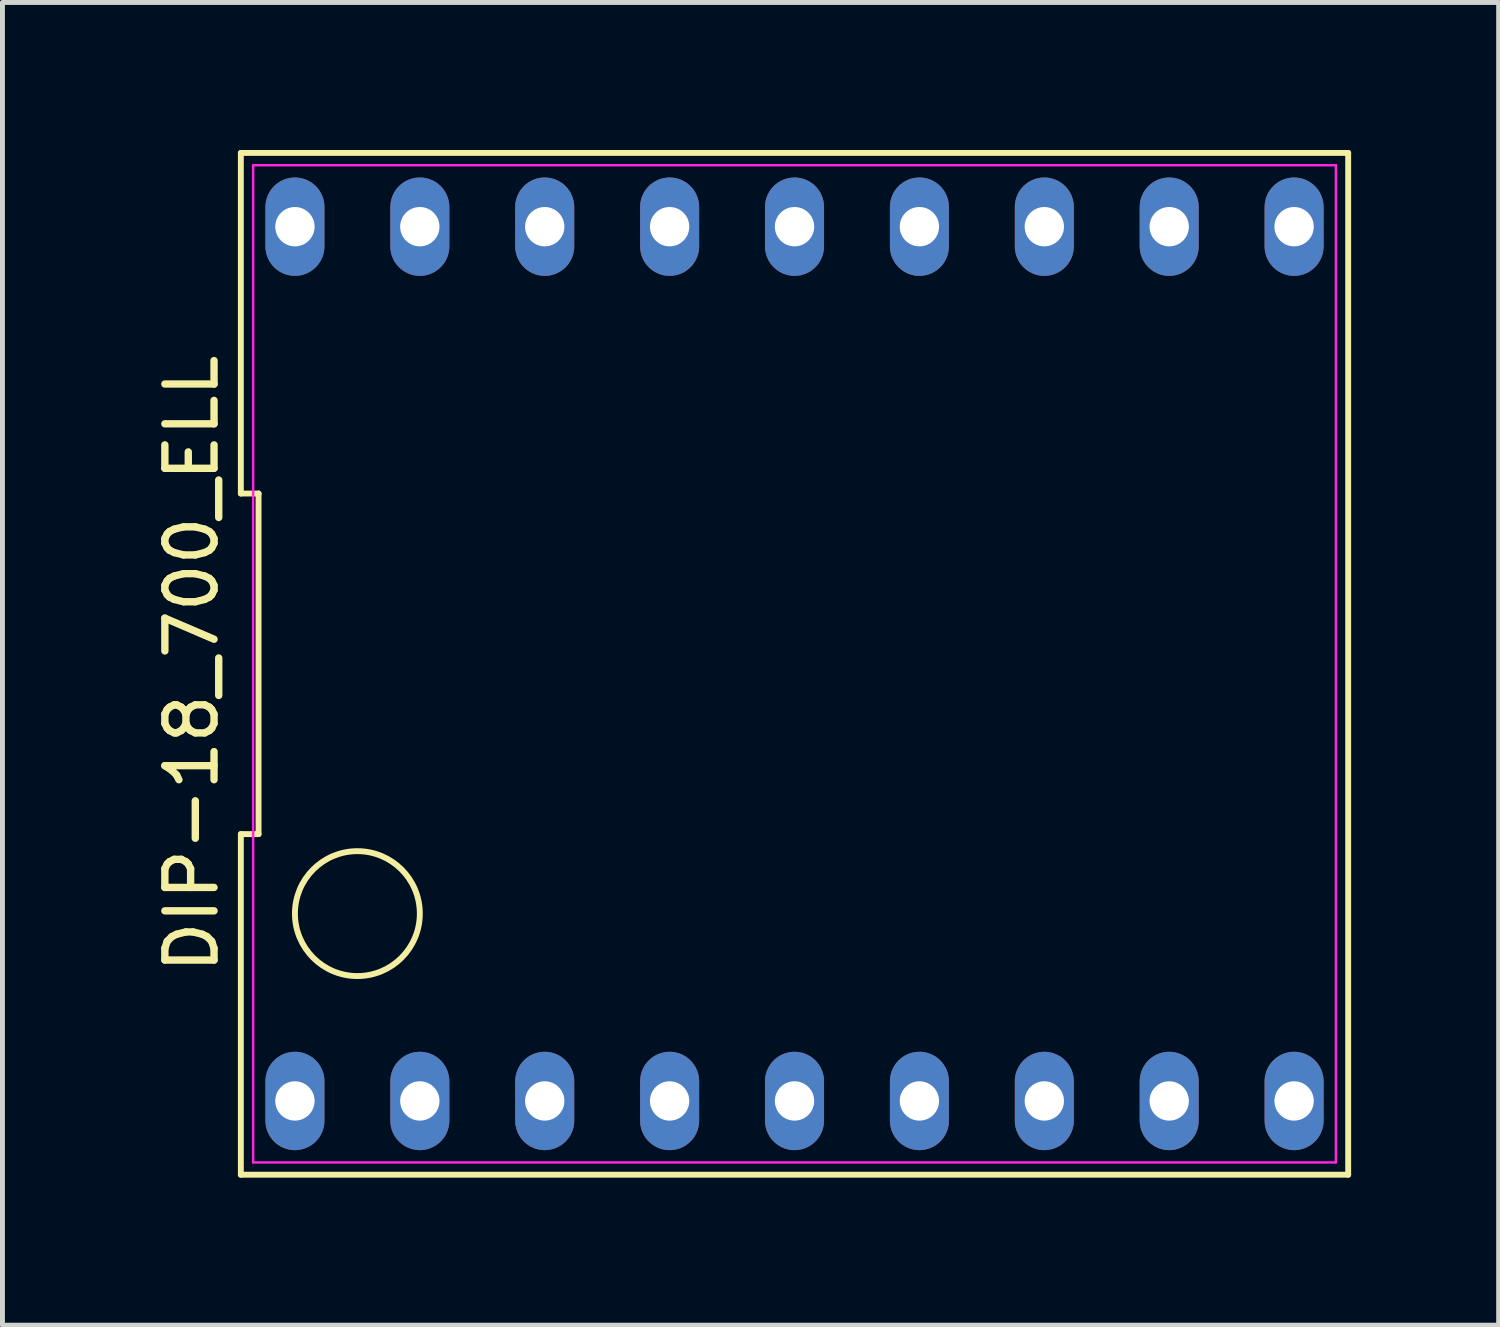
<source format=kicad_pcb>
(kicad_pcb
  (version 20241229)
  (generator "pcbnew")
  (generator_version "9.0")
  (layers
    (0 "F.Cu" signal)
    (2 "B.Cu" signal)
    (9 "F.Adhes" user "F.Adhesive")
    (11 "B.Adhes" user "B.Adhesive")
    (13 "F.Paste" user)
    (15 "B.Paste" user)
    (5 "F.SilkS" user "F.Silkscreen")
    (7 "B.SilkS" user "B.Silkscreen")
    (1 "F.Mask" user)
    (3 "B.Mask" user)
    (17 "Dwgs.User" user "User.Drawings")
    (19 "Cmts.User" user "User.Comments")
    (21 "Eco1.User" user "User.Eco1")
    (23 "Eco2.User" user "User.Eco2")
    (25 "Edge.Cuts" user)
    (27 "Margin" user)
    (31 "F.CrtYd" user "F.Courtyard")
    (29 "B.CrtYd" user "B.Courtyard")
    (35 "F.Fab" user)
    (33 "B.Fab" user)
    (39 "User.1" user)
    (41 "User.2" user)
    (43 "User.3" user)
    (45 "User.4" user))
  (footprint "DIP-18_700_ELL"
    (layer "F.Cu")
    (at 13.108 10.45)
    (property "Reference" "DIP-18_700_ELL" (at -12.26 0 90) (layer "F.SilkS") (effects (font (size 1 1) (thickness 0.15))))
    (attr through_hole)
    (fp_line (start -11.26 -10.39) (end -11.26 -3.463) (stroke (width 0.12) (type solid)) (layer "F.SilkS"))
    (fp_line (start -11.26 -3.463) (end -10.9 -3.463) (stroke (width 0.12) (type solid)) (layer "F.SilkS"))
    (fp_line (start -11.26 3.463) (end -11.26 10.39) (stroke (width 0.12) (type solid)) (layer "F.SilkS"))
    (fp_line (start -11.26 10.39) (end 11.26 10.39) (stroke (width 0.12) (type solid)) (layer "F.SilkS"))
    (fp_line (start -10.9 -3.463) (end -10.9 3.463) (stroke (width 0.12) (type solid)) (layer "F.SilkS"))
    (fp_line (start -10.9 3.463) (end -11.26 3.463) (stroke (width 0.12) (type solid)) (layer "F.SilkS"))
    (fp_line (start 11.26 -10.39) (end -11.26 -10.39) (stroke (width 0.12) (type solid)) (layer "F.SilkS"))
    (fp_line (start 11.26 10.39) (end 11.26 -10.39) (stroke (width 0.12) (type solid)) (layer "F.SilkS"))
    (fp_circle (center -8.89 5.08) (end -8.89 3.81) (stroke (width 0.12) (type solid)) (fill no) (layer "F.SilkS"))
    (fp_line (start -11.01 -10.14) (end 11.01 -10.14) (stroke (width 0.05) (type solid)) (layer "F.CrtYd"))
    (fp_line (start -11.01 10.14) (end -11.01 -10.14) (stroke (width 0.05) (type solid)) (layer "F.CrtYd"))
    (fp_line (start 11.01 -10.14) (end 11.01 10.14) (stroke (width 0.05) (type solid)) (layer "F.CrtYd"))
    (fp_line (start 11.01 10.14) (end -11.01 10.14) (stroke (width 0.05) (type solid)) (layer "F.CrtYd"))
    (pad "1" thru_hole oval (at -10.16 8.89) (size 1.2 2) (drill 0.8) (layers "*.Cu" "*.Mask"))
    (pad "2" thru_hole oval (at -7.62 8.89) (size 1.2 2) (drill 0.8) (layers "*.Cu" "*.Mask"))
    (pad "3" thru_hole oval (at -5.08 8.89) (size 1.2 2) (drill 0.8) (layers "*.Cu" "*.Mask"))
    (pad "4" thru_hole oval (at -2.54 8.89) (size 1.2 2) (drill 0.8) (layers "*.Cu" "*.Mask"))
    (pad "5" thru_hole oval (at 0 8.89) (size 1.2 2) (drill 0.8) (layers "*.Cu" "*.Mask"))
    (pad "6" thru_hole oval (at 2.54 8.89) (size 1.2 2) (drill 0.8) (layers "*.Cu" "*.Mask"))
    (pad "7" thru_hole oval (at 5.08 8.89) (size 1.2 2) (drill 0.8) (layers "*.Cu" "*.Mask"))
    (pad "8" thru_hole oval (at 7.62 8.89) (size 1.2 2) (drill 0.8) (layers "*.Cu" "*.Mask"))
    (pad "9" thru_hole oval (at 10.16 8.89) (size 1.2 2) (drill 0.8) (layers "*.Cu" "*.Mask"))
    (pad "10" thru_hole oval (at 10.16 -8.89) (size 1.2 2) (drill 0.8) (layers "*.Cu" "*.Mask"))
    (pad "11" thru_hole oval (at 7.62 -8.89) (size 1.2 2) (drill 0.8) (layers "*.Cu" "*.Mask"))
    (pad "12" thru_hole oval (at 5.08 -8.89) (size 1.2 2) (drill 0.8) (layers "*.Cu" "*.Mask"))
    (pad "13" thru_hole oval (at 2.54 -8.89) (size 1.2 2) (drill 0.8) (layers "*.Cu" "*.Mask"))
    (pad "14" thru_hole oval (at 0 -8.89) (size 1.2 2) (drill 0.8) (layers "*.Cu" "*.Mask"))
    (pad "15" thru_hole oval (at -2.54 -8.89) (size 1.2 2) (drill 0.8) (layers "*.Cu" "*.Mask"))
    (pad "16" thru_hole oval (at -5.08 -8.89) (size 1.2 2) (drill 0.8) (layers "*.Cu" "*.Mask"))
    (pad "17" thru_hole oval (at -7.62 -8.89) (size 1.2 2) (drill 0.8) (layers "*.Cu" "*.Mask"))
    (pad "18" thru_hole oval (at -10.16 -8.89) (size 1.2 2) (drill 0.8) (layers "*.Cu" "*.Mask")))
  (gr_rect
    (start -3 -3)
    (end 27.428 23.9)
    (stroke (width 0.1) (type default))
    (fill no)
    (layer "Edge.Cuts")))
</source>
